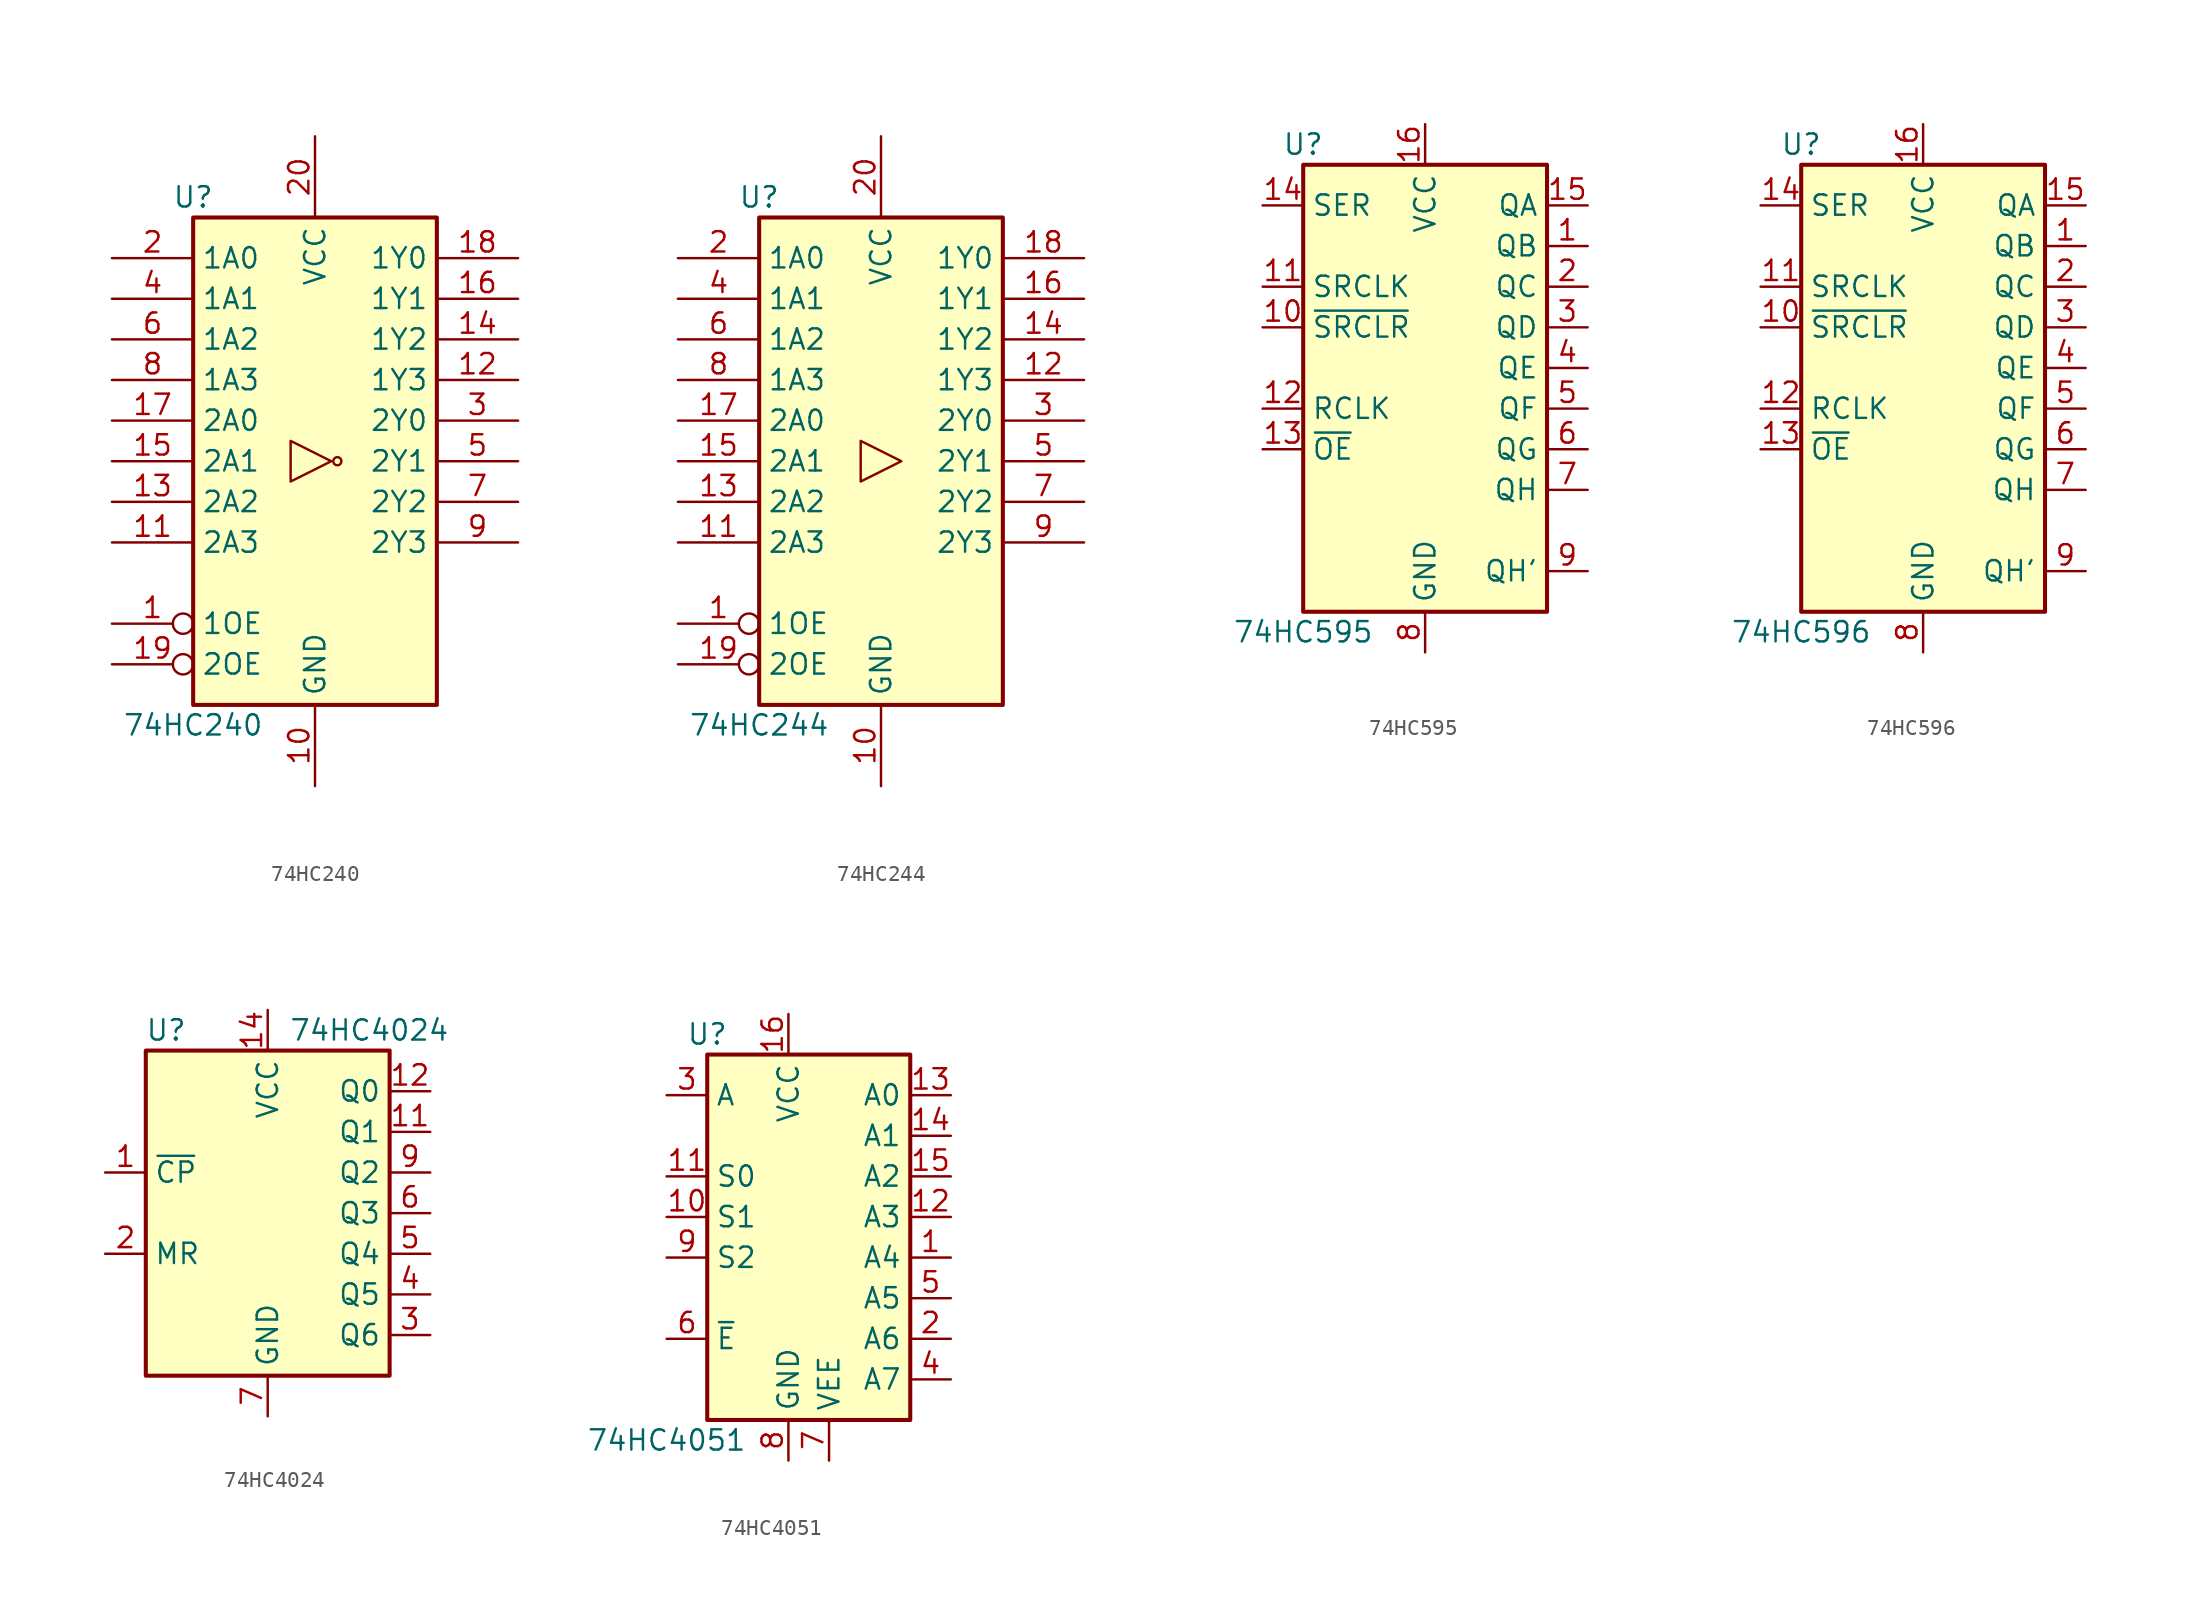
<source format=kicad_sym>
(kicad_symbol_lib
  (version 20241209)
  (generator "kicad_symbol_editor")
  (generator_version "9.0")
  (symbol "74HC240"
    (property "Reference" "U"
      (at -7.62 16.51 0)
      (effects (font (size 1.27 1.27))))
    (property "Value" "74HC240"
      (at -7.62 -16.51 0)
      (effects (font (size 1.27 1.27))))
    (symbol "74HC240_1_0"
      (polyline (pts (xy 1.016 0) (xy -1.524 1.27) (xy -1.524 -1.27) (xy 1.016 0)) (stroke (width 0.152) (type solid)) (fill (type none)))
      (circle (center 1.397 0) (radius 0.254) (stroke (width 0.152) (type solid)) (fill (type none)))
      (pin input line (at -12.7 12.7 0) (length 5.08) (name "1A0" (effects (font (size 1.27 1.27)))) (number "2" (effects (font (size 1.27 1.27)))))
      (pin input line (at -12.7 10.16 0) (length 5.08) (name "1A1" (effects (font (size 1.27 1.27)))) (number "4" (effects (font (size 1.27 1.27)))))
      (pin input line (at -12.7 7.62 0) (length 5.08) (name "1A2" (effects (font (size 1.27 1.27)))) (number "6" (effects (font (size 1.27 1.27)))))
      (pin input line (at -12.7 5.08 0) (length 5.08) (name "1A3" (effects (font (size 1.27 1.27)))) (number "8" (effects (font (size 1.27 1.27)))))
      (pin input line (at -12.7 2.54 0) (length 5.08) (name "2A0" (effects (font (size 1.27 1.27)))) (number "17" (effects (font (size 1.27 1.27)))))
      (pin input line (at -12.7 0 0) (length 5.08) (name "2A1" (effects (font (size 1.27 1.27)))) (number "15" (effects (font (size 1.27 1.27)))))
      (pin input line (at -12.7 -2.54 0) (length 5.08) (name "2A2" (effects (font (size 1.27 1.27)))) (number "13" (effects (font (size 1.27 1.27)))))
      (pin input line (at -12.7 -5.08 0) (length 5.08) (name "2A3" (effects (font (size 1.27 1.27)))) (number "11" (effects (font (size 1.27 1.27)))))
      (pin input inverted (at -12.7 -10.16 0) (length 5.08) (name "1OE" (effects (font (size 1.27 1.27)))) (number "1" (effects (font (size 1.27 1.27)))))
      (pin input inverted (at -12.7 -12.7 0) (length 5.08) (name "2OE" (effects (font (size 1.27 1.27)))) (number "19" (effects (font (size 1.27 1.27)))))
      (pin power_in line (at 0 20.32 270) (length 5.08) (name "VCC" (effects (font (size 1.27 1.27)))) (number "20" (effects (font (size 1.27 1.27)))))
      (pin power_in line (at 0 -20.32 90) (length 5.08) (name "GND" (effects (font (size 1.27 1.27)))) (number "10" (effects (font (size 1.27 1.27)))))
      (pin tri_state line (at 12.7 12.7 180) (length 5.08) (name "1Y0" (effects (font (size 1.27 1.27)))) (number "18" (effects (font (size 1.27 1.27)))))
      (pin tri_state line (at 12.7 10.16 180) (length 5.08) (name "1Y1" (effects (font (size 1.27 1.27)))) (number "16" (effects (font (size 1.27 1.27)))))
      (pin tri_state line (at 12.7 7.62 180) (length 5.08) (name "1Y2" (effects (font (size 1.27 1.27)))) (number "14" (effects (font (size 1.27 1.27)))))
      (pin tri_state line (at 12.7 5.08 180) (length 5.08) (name "1Y3" (effects (font (size 1.27 1.27)))) (number "12" (effects (font (size 1.27 1.27)))))
      (pin tri_state line (at 12.7 2.54 180) (length 5.08) (name "2Y0" (effects (font (size 1.27 1.27)))) (number "3" (effects (font (size 1.27 1.27)))))
      (pin tri_state line (at 12.7 0 180) (length 5.08) (name "2Y1" (effects (font (size 1.27 1.27)))) (number "5" (effects (font (size 1.27 1.27)))))
      (pin tri_state line (at 12.7 -2.54 180) (length 5.08) (name "2Y2" (effects (font (size 1.27 1.27)))) (number "7" (effects (font (size 1.27 1.27)))))
      (pin tri_state line (at 12.7 -5.08 180) (length 5.08) (name "2Y3" (effects (font (size 1.27 1.27)))) (number "9" (effects (font (size 1.27 1.27))))))
    (symbol "74HC240_1_1"
      (rectangle (start -7.62 15.24) (end 7.62 -15.24) (stroke (width 0.254) (type solid)) (fill (type background)))))
  (symbol "74HC244"
    (property "Reference" "U"
      (at -7.62 16.51 0)
      (effects (font (size 1.27 1.27))))
    (property "Value" "74HC244"
      (at -7.62 -16.51 0)
      (effects (font (size 1.27 1.27))))
    (symbol "74HC244_1_0"
      (polyline (pts (xy 1.27 0) (xy -1.27 1.27) (xy -1.27 -1.27) (xy 1.27 0)) (stroke (width 0.152) (type solid)) (fill (type none)))
      (pin input line (at -12.7 12.7 0) (length 5.08) (name "1A0" (effects (font (size 1.27 1.27)))) (number "2" (effects (font (size 1.27 1.27)))))
      (pin input line (at -12.7 10.16 0) (length 5.08) (name "1A1" (effects (font (size 1.27 1.27)))) (number "4" (effects (font (size 1.27 1.27)))))
      (pin input line (at -12.7 7.62 0) (length 5.08) (name "1A2" (effects (font (size 1.27 1.27)))) (number "6" (effects (font (size 1.27 1.27)))))
      (pin input line (at -12.7 5.08 0) (length 5.08) (name "1A3" (effects (font (size 1.27 1.27)))) (number "8" (effects (font (size 1.27 1.27)))))
      (pin input line (at -12.7 2.54 0) (length 5.08) (name "2A0" (effects (font (size 1.27 1.27)))) (number "17" (effects (font (size 1.27 1.27)))))
      (pin input line (at -12.7 0 0) (length 5.08) (name "2A1" (effects (font (size 1.27 1.27)))) (number "15" (effects (font (size 1.27 1.27)))))
      (pin input line (at -12.7 -2.54 0) (length 5.08) (name "2A2" (effects (font (size 1.27 1.27)))) (number "13" (effects (font (size 1.27 1.27)))))
      (pin input line (at -12.7 -5.08 0) (length 5.08) (name "2A3" (effects (font (size 1.27 1.27)))) (number "11" (effects (font (size 1.27 1.27)))))
      (pin input inverted (at -12.7 -10.16 0) (length 5.08) (name "1OE" (effects (font (size 1.27 1.27)))) (number "1" (effects (font (size 1.27 1.27)))))
      (pin input inverted (at -12.7 -12.7 0) (length 5.08) (name "2OE" (effects (font (size 1.27 1.27)))) (number "19" (effects (font (size 1.27 1.27)))))
      (pin power_in line (at 0 20.32 270) (length 5.08) (name "VCC" (effects (font (size 1.27 1.27)))) (number "20" (effects (font (size 1.27 1.27)))))
      (pin power_in line (at 0 -20.32 90) (length 5.08) (name "GND" (effects (font (size 1.27 1.27)))) (number "10" (effects (font (size 1.27 1.27)))))
      (pin tri_state line (at 12.7 12.7 180) (length 5.08) (name "1Y0" (effects (font (size 1.27 1.27)))) (number "18" (effects (font (size 1.27 1.27)))))
      (pin tri_state line (at 12.7 10.16 180) (length 5.08) (name "1Y1" (effects (font (size 1.27 1.27)))) (number "16" (effects (font (size 1.27 1.27)))))
      (pin tri_state line (at 12.7 7.62 180) (length 5.08) (name "1Y2" (effects (font (size 1.27 1.27)))) (number "14" (effects (font (size 1.27 1.27)))))
      (pin tri_state line (at 12.7 5.08 180) (length 5.08) (name "1Y3" (effects (font (size 1.27 1.27)))) (number "12" (effects (font (size 1.27 1.27)))))
      (pin tri_state line (at 12.7 2.54 180) (length 5.08) (name "2Y0" (effects (font (size 1.27 1.27)))) (number "3" (effects (font (size 1.27 1.27)))))
      (pin tri_state line (at 12.7 0 180) (length 5.08) (name "2Y1" (effects (font (size 1.27 1.27)))) (number "5" (effects (font (size 1.27 1.27)))))
      (pin tri_state line (at 12.7 -2.54 180) (length 5.08) (name "2Y2" (effects (font (size 1.27 1.27)))) (number "7" (effects (font (size 1.27 1.27)))))
      (pin tri_state line (at 12.7 -5.08 180) (length 5.08) (name "2Y3" (effects (font (size 1.27 1.27)))) (number "9" (effects (font (size 1.27 1.27))))))
    (symbol "74HC244_1_1"
      (rectangle (start -7.62 15.24) (end 7.62 -15.24) (stroke (width 0.254) (type solid)) (fill (type background)))))
  (symbol "74HC595"
    (property "Reference" "U"
      (at -7.62 13.97 0)
      (effects (font (size 1.27 1.27))))
    (property "Value" "74HC595"
      (at -7.62 -16.51 0)
      (effects (font (size 1.27 1.27))))
    (symbol "74HC595_1_0"
      (pin input line (at -10.16 10.16 0) (length 2.54) (name "SER" (effects (font (size 1.27 1.27)))) (number "14" (effects (font (size 1.27 1.27)))))
      (pin input line (at -10.16 5.08 0) (length 2.54) (name "SRCLK" (effects (font (size 1.27 1.27)))) (number "11" (effects (font (size 1.27 1.27)))))
      (pin input line (at -10.16 2.54 0) (length 2.54) (name "~{SRCLR}" (effects (font (size 1.27 1.27)))) (number "10" (effects (font (size 1.27 1.27)))))
      (pin input line (at -10.16 -2.54 0) (length 2.54) (name "RCLK" (effects (font (size 1.27 1.27)))) (number "12" (effects (font (size 1.27 1.27)))))
      (pin input line (at -10.16 -5.08 0) (length 2.54) (name "~{OE}" (effects (font (size 1.27 1.27)))) (number "13" (effects (font (size 1.27 1.27)))))
      (pin power_in line (at 0 15.24 270) (length 2.54) (name "VCC" (effects (font (size 1.27 1.27)))) (number "16" (effects (font (size 1.27 1.27)))))
      (pin power_in line (at 0 -17.78 90) (length 2.54) (name "GND" (effects (font (size 1.27 1.27)))) (number "8" (effects (font (size 1.27 1.27)))))
      (pin tri_state line (at 10.16 10.16 180) (length 2.54) (name "QA" (effects (font (size 1.27 1.27)))) (number "15" (effects (font (size 1.27 1.27)))))
      (pin tri_state line (at 10.16 7.62 180) (length 2.54) (name "QB" (effects (font (size 1.27 1.27)))) (number "1" (effects (font (size 1.27 1.27)))))
      (pin tri_state line (at 10.16 5.08 180) (length 2.54) (name "QC" (effects (font (size 1.27 1.27)))) (number "2" (effects (font (size 1.27 1.27)))))
      (pin tri_state line (at 10.16 2.54 180) (length 2.54) (name "QD" (effects (font (size 1.27 1.27)))) (number "3" (effects (font (size 1.27 1.27)))))
      (pin tri_state line (at 10.16 0 180) (length 2.54) (name "QE" (effects (font (size 1.27 1.27)))) (number "4" (effects (font (size 1.27 1.27)))))
      (pin tri_state line (at 10.16 -2.54 180) (length 2.54) (name "QF" (effects (font (size 1.27 1.27)))) (number "5" (effects (font (size 1.27 1.27)))))
      (pin tri_state line (at 10.16 -5.08 180) (length 2.54) (name "QG" (effects (font (size 1.27 1.27)))) (number "6" (effects (font (size 1.27 1.27)))))
      (pin tri_state line (at 10.16 -7.62 180) (length 2.54) (name "QH" (effects (font (size 1.27 1.27)))) (number "7" (effects (font (size 1.27 1.27)))))
      (pin output line (at 10.16 -12.7 180) (length 2.54) (name "QH'" (effects (font (size 1.27 1.27)))) (number "9" (effects (font (size 1.27 1.27))))))
    (symbol "74HC595_1_1"
      (rectangle (start -7.62 12.7) (end 7.62 -15.24) (stroke (width 0.254) (type solid)) (fill (type background)))))
  (symbol "74HC596"
    (property "Reference" "U"
      (at -7.62 13.97 0)
      (effects (font (size 1.27 1.27))))
    (property "Value" "74HC596"
      (at -7.62 -16.51 0)
      (effects (font (size 1.27 1.27))))
    (symbol "74HC596_1_0"
      (pin input line (at -10.16 10.16 0) (length 2.54) (name "SER" (effects (font (size 1.27 1.27)))) (number "14" (effects (font (size 1.27 1.27)))))
      (pin input line (at -10.16 5.08 0) (length 2.54) (name "SRCLK" (effects (font (size 1.27 1.27)))) (number "11" (effects (font (size 1.27 1.27)))))
      (pin input line (at -10.16 2.54 0) (length 2.54) (name "~{SRCLR}" (effects (font (size 1.27 1.27)))) (number "10" (effects (font (size 1.27 1.27)))))
      (pin input line (at -10.16 -2.54 0) (length 2.54) (name "RCLK" (effects (font (size 1.27 1.27)))) (number "12" (effects (font (size 1.27 1.27)))))
      (pin input line (at -10.16 -5.08 0) (length 2.54) (name "~{OE}" (effects (font (size 1.27 1.27)))) (number "13" (effects (font (size 1.27 1.27)))))
      (pin power_in line (at 0 15.24 270) (length 2.54) (name "VCC" (effects (font (size 1.27 1.27)))) (number "16" (effects (font (size 1.27 1.27)))))
      (pin power_in line (at 0 -17.78 90) (length 2.54) (name "GND" (effects (font (size 1.27 1.27)))) (number "8" (effects (font (size 1.27 1.27)))))
      (pin open_collector line (at 10.16 10.16 180) (length 2.54) (name "QA" (effects (font (size 1.27 1.27)))) (number "15" (effects (font (size 1.27 1.27)))))
      (pin open_collector line (at 10.16 7.62 180) (length 2.54) (name "QB" (effects (font (size 1.27 1.27)))) (number "1" (effects (font (size 1.27 1.27)))))
      (pin open_collector line (at 10.16 5.08 180) (length 2.54) (name "QC" (effects (font (size 1.27 1.27)))) (number "2" (effects (font (size 1.27 1.27)))))
      (pin open_collector line (at 10.16 2.54 180) (length 2.54) (name "QD" (effects (font (size 1.27 1.27)))) (number "3" (effects (font (size 1.27 1.27)))))
      (pin open_collector line (at 10.16 0 180) (length 2.54) (name "QE" (effects (font (size 1.27 1.27)))) (number "4" (effects (font (size 1.27 1.27)))))
      (pin open_collector line (at 10.16 -2.54 180) (length 2.54) (name "QF" (effects (font (size 1.27 1.27)))) (number "5" (effects (font (size 1.27 1.27)))))
      (pin open_collector line (at 10.16 -5.08 180) (length 2.54) (name "QG" (effects (font (size 1.27 1.27)))) (number "6" (effects (font (size 1.27 1.27)))))
      (pin open_collector line (at 10.16 -7.62 180) (length 2.54) (name "QH" (effects (font (size 1.27 1.27)))) (number "7" (effects (font (size 1.27 1.27)))))
      (pin output line (at 10.16 -12.7 180) (length 2.54) (name "QH'" (effects (font (size 1.27 1.27)))) (number "9" (effects (font (size 1.27 1.27))))))
    (symbol "74HC596_1_1"
      (rectangle (start -7.62 12.7) (end 7.62 -15.24) (stroke (width 0.254) (type solid)) (fill (type background)))))
  (symbol "74HC4024"
    (property "Reference" "U"
      (at -6.35 11.43 0)
      (effects (font (size 1.27 1.27))))
    (property "Value" "74HC4024"
      (at 6.35 11.43 0)
      (effects (font (size 1.27 1.27))))
    (symbol "74HC4024_0_1"
      (rectangle (start -7.62 10.16) (end 7.62 -10.16) (stroke (width 0.254) (type solid)) (fill (type background))))
    (symbol "74HC4024_1_0"
      (pin input line (at -10.16 2.54 0) (length 2.54) (name "~{CP}" (effects (font (size 1.27 1.27)))) (number "1" (effects (font (size 1.27 1.27)))))
      (pin input line (at -10.16 -2.54 0) (length 2.54) (name "MR" (effects (font (size 1.27 1.27)))) (number "2" (effects (font (size 1.27 1.27)))))
      (pin no_connect line (at -7.62 7.62 0) (length 2.54) (hide yes) (name "~" (effects (font (size 1.27 1.27)))) (number "8" (effects (font (size 1.27 1.27)))))
      (pin no_connect line (at -7.62 5.08 0) (length 2.54) (hide yes) (name "~" (effects (font (size 1.27 1.27)))) (number "10" (effects (font (size 1.27 1.27)))))
      (pin no_connect line (at -7.62 -5.08 0) (length 2.54) (hide yes) (name "~" (effects (font (size 1.27 1.27)))) (number "13" (effects (font (size 1.27 1.27)))))
      (pin power_in line (at 0 12.7 270) (length 2.54) (name "VCC" (effects (font (size 1.27 1.27)))) (number "14" (effects (font (size 1.27 1.27)))))
      (pin power_in line (at 0 -12.7 90) (length 2.54) (name "GND" (effects (font (size 1.27 1.27)))) (number "7" (effects (font (size 1.27 1.27)))))
      (pin output line (at 10.16 7.62 180) (length 2.54) (name "Q0" (effects (font (size 1.27 1.27)))) (number "12" (effects (font (size 1.27 1.27)))))
      (pin output line (at 10.16 5.08 180) (length 2.54) (name "Q1" (effects (font (size 1.27 1.27)))) (number "11" (effects (font (size 1.27 1.27)))))
      (pin output line (at 10.16 2.54 180) (length 2.54) (name "Q2" (effects (font (size 1.27 1.27)))) (number "9" (effects (font (size 1.27 1.27)))))
      (pin output line (at 10.16 0 180) (length 2.54) (name "Q3" (effects (font (size 1.27 1.27)))) (number "6" (effects (font (size 1.27 1.27)))))
      (pin output line (at 10.16 -2.54 180) (length 2.54) (name "Q4" (effects (font (size 1.27 1.27)))) (number "5" (effects (font (size 1.27 1.27)))))
      (pin output line (at 10.16 -5.08 180) (length 2.54) (name "Q5" (effects (font (size 1.27 1.27)))) (number "4" (effects (font (size 1.27 1.27)))))
      (pin output line (at 10.16 -7.62 180) (length 2.54) (name "Q6" (effects (font (size 1.27 1.27)))) (number "3" (effects (font (size 1.27 1.27)))))))
  (symbol "74HC4051"
    (property "Reference" "U"
      (at -5.08 11.43 0)
      (effects (font (size 1.27 1.27))))
    (property "Value" "74HC4051"
      (at -7.62 -13.97 0)
      (effects (font (size 1.27 1.27))))
    (symbol "74HC4051_0_1"
      (rectangle (start -5.08 10.16) (end 7.62 -12.7) (stroke (width 0.254) (type solid)) (fill (type background))))
    (symbol "74HC4051_1_1"
      (pin passive line (at -7.62 7.62 0) (length 2.54) (name "A" (effects (font (size 1.27 1.27)))) (number "3" (effects (font (size 1.27 1.27)))))
      (pin input line (at -7.62 2.54 0) (length 2.54) (name "S0" (effects (font (size 1.27 1.27)))) (number "11" (effects (font (size 1.27 1.27)))))
      (pin input line (at -7.62 0 0) (length 2.54) (name "S1" (effects (font (size 1.27 1.27)))) (number "10" (effects (font (size 1.27 1.27)))))
      (pin input line (at -7.62 -2.54 0) (length 2.54) (name "S2" (effects (font (size 1.27 1.27)))) (number "9" (effects (font (size 1.27 1.27)))))
      (pin input line (at -7.62 -7.62 0) (length 2.54) (name "~{E}" (effects (font (size 1.27 1.27)))) (number "6" (effects (font (size 1.27 1.27)))))
      (pin power_in line (at 0 12.7 270) (length 2.54) (name "VCC" (effects (font (size 1.27 1.27)))) (number "16" (effects (font (size 1.27 1.27)))))
      (pin power_in line (at 0 -15.24 90) (length 2.54) (name "GND" (effects (font (size 1.27 1.27)))) (number "8" (effects (font (size 1.27 1.27)))))
      (pin power_in line (at 2.54 -15.24 90) (length 2.54) (name "VEE" (effects (font (size 1.27 1.27)))) (number "7" (effects (font (size 1.27 1.27)))))
      (pin passive line (at 10.16 7.62 180) (length 2.54) (name "A0" (effects (font (size 1.27 1.27)))) (number "13" (effects (font (size 1.27 1.27)))))
      (pin passive line (at 10.16 5.08 180) (length 2.54) (name "A1" (effects (font (size 1.27 1.27)))) (number "14" (effects (font (size 1.27 1.27)))))
      (pin passive line (at 10.16 2.54 180) (length 2.54) (name "A2" (effects (font (size 1.27 1.27)))) (number "15" (effects (font (size 1.27 1.27)))))
      (pin passive line (at 10.16 0 180) (length 2.54) (name "A3" (effects (font (size 1.27 1.27)))) (number "12" (effects (font (size 1.27 1.27)))))
      (pin passive line (at 10.16 -2.54 180) (length 2.54) (name "A4" (effects (font (size 1.27 1.27)))) (number "1" (effects (font (size 1.27 1.27)))))
      (pin passive line (at 10.16 -5.08 180) (length 2.54) (name "A5" (effects (font (size 1.27 1.27)))) (number "5" (effects (font (size 1.27 1.27)))))
      (pin passive line (at 10.16 -7.62 180) (length 2.54) (name "A6" (effects (font (size 1.27 1.27)))) (number "2" (effects (font (size 1.27 1.27)))))
      (pin passive line (at 10.16 -10.16 180) (length 2.54) (name "A7" (effects (font (size 1.27 1.27)))) (number "4" (effects (font (size 1.27 1.27))))))))
</source>
